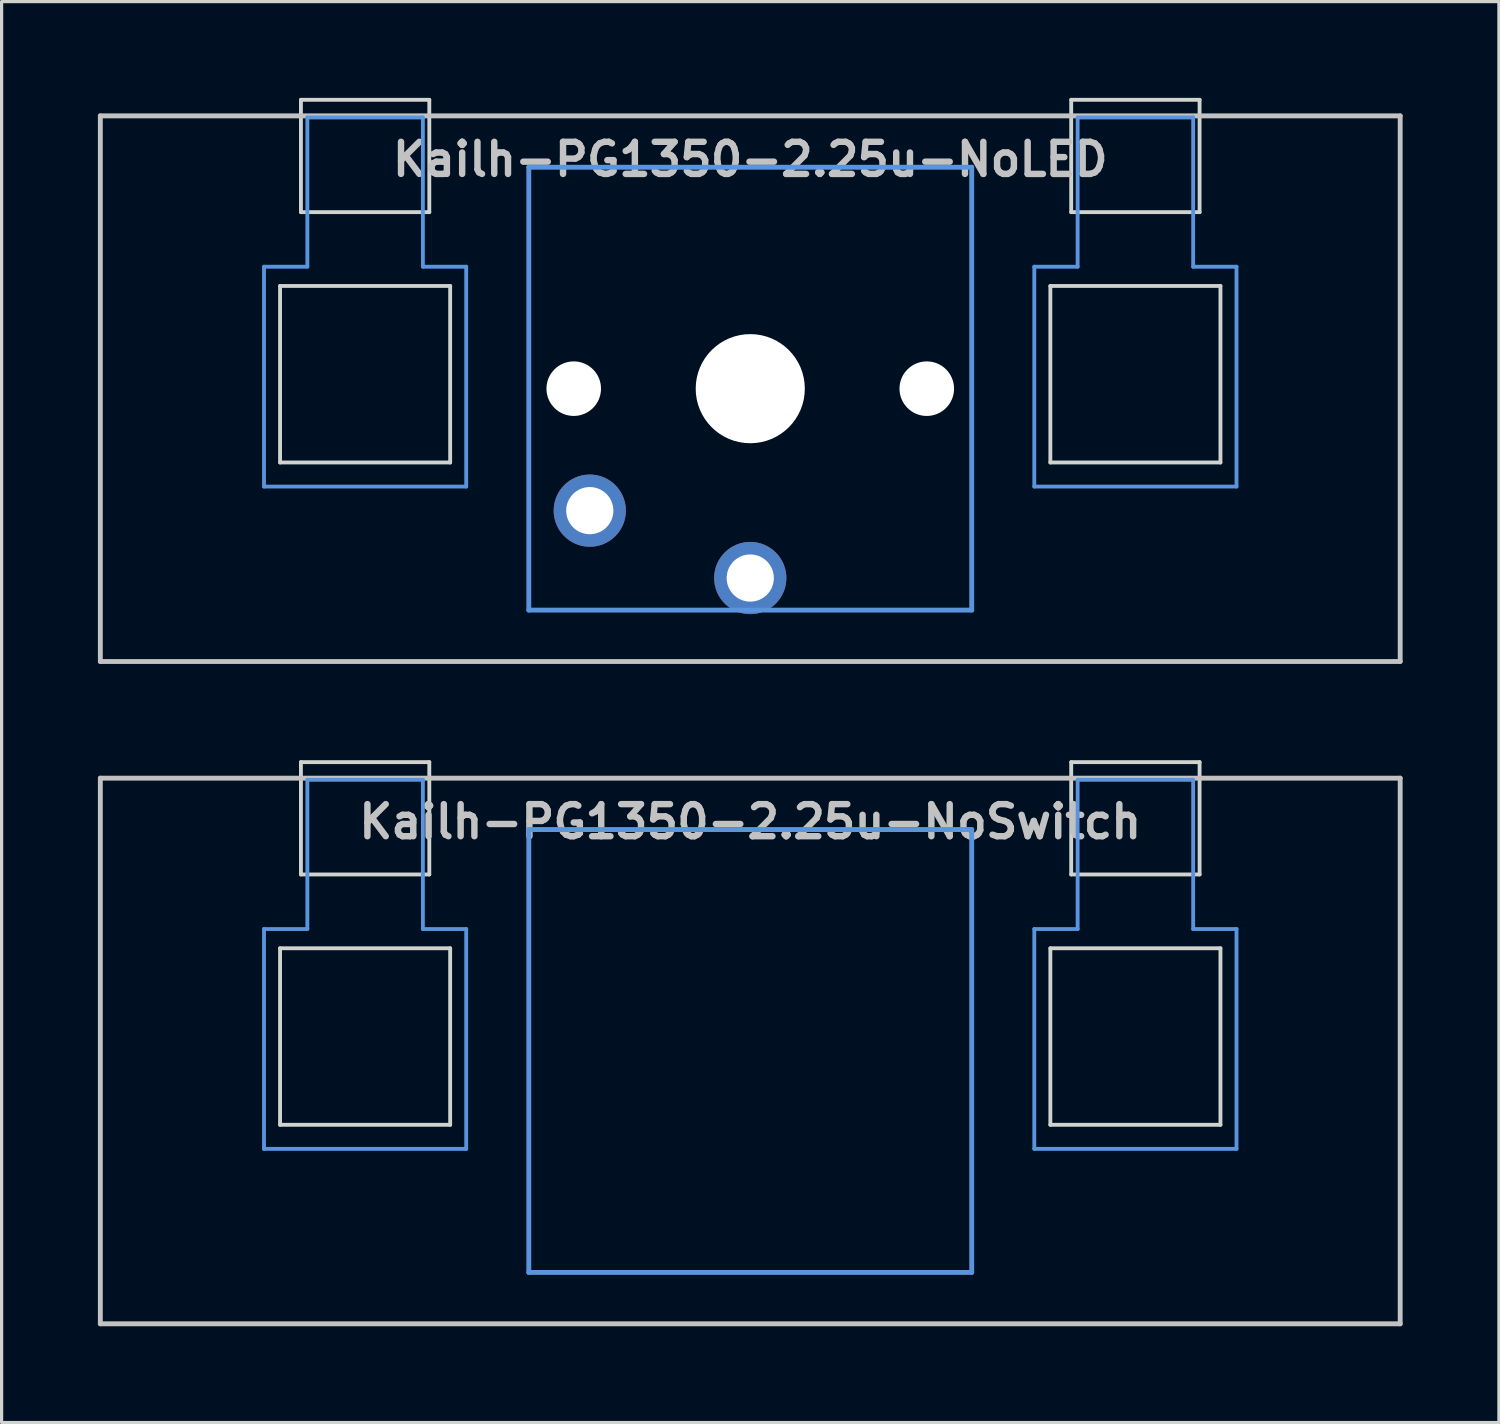
<source format=kicad_pcb>
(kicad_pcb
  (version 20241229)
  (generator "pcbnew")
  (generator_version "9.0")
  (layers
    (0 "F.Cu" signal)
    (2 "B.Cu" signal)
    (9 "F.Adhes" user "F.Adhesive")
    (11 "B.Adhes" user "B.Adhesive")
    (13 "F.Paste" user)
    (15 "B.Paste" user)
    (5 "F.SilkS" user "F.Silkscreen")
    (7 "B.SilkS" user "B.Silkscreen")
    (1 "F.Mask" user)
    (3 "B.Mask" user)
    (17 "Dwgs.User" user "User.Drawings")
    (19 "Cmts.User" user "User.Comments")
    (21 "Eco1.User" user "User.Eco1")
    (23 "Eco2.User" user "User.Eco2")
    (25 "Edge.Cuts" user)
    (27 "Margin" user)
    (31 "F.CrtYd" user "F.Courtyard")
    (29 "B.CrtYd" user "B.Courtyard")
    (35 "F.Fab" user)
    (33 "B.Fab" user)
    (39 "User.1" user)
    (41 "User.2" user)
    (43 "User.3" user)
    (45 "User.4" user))
  (footprint "Kailh-PG1350-2.25u-NoLED"
    (layer "F.Cu")
    (at 20.326 9.06)
    (property "Reference" "Kailh-PG1350-2.25u-NoLED" (at 0 -7.144 180) (layer "Dwgs.User") (effects (font (size 1 1) (thickness 0.2))))
    (attr through_hole)
    (fp_line (start -20.25 -8.5) (end 20.25 -8.5) (stroke (width 0.152) (type solid)) (layer "Dwgs.User"))
    (fp_line (start -20.25 8.5) (end -20.25 -8.5) (stroke (width 0.152) (type solid)) (layer "Dwgs.User"))
    (fp_line (start 20.25 -8.5) (end 20.25 8.5) (stroke (width 0.152) (type solid)) (layer "Dwgs.User"))
    (fp_line (start 20.25 8.5) (end -20.25 8.5) (stroke (width 0.152) (type solid)) (layer "Dwgs.User"))
    (fp_line (start -15.15 -3.8) (end -13.8 -3.8) (stroke (width 0.12) (type solid)) (layer "Cmts.User"))
    (fp_line (start -15.15 3.05) (end -15.15 -3.8) (stroke (width 0.12) (type solid)) (layer "Cmts.User"))
    (fp_line (start -15.15 3.05) (end -8.85 3.05) (stroke (width 0.12) (type solid)) (layer "Cmts.User"))
    (fp_line (start -13.8 -8.45) (end -13.8 -3.8) (stroke (width 0.12) (type solid)) (layer "Cmts.User"))
    (fp_line (start -13.8 -8.45) (end -10.2 -8.45) (stroke (width 0.12) (type solid)) (layer "Cmts.User"))
    (fp_line (start -10.2 -8.45) (end -10.2 -3.8) (stroke (width 0.12) (type solid)) (layer "Cmts.User"))
    (fp_line (start -10.2 -3.8) (end -8.85 -3.8) (stroke (width 0.12) (type solid)) (layer "Cmts.User"))
    (fp_line (start -8.85 3.05) (end -8.85 -3.8) (stroke (width 0.12) (type solid)) (layer "Cmts.User"))
    (fp_line (start -6.9 -6.9) (end 6.9 -6.9) (stroke (width 0.152) (type solid)) (layer "Cmts.User"))
    (fp_line (start -6.9 6.9) (end -6.9 -6.9) (stroke (width 0.152) (type solid)) (layer "Cmts.User"))
    (fp_line (start 6.9 -6.9) (end 6.9 6.9) (stroke (width 0.152) (type solid)) (layer "Cmts.User"))
    (fp_line (start 6.9 6.9) (end -6.9 6.9) (stroke (width 0.152) (type solid)) (layer "Cmts.User"))
    (fp_line (start 8.85 -3.8) (end 10.2 -3.8) (stroke (width 0.12) (type solid)) (layer "Cmts.User"))
    (fp_line (start 8.85 3.05) (end 8.85 -3.8) (stroke (width 0.12) (type solid)) (layer "Cmts.User"))
    (fp_line (start 8.85 3.05) (end 15.15 3.05) (stroke (width 0.12) (type solid)) (layer "Cmts.User"))
    (fp_line (start 10.2 -8.45) (end 10.2 -3.8) (stroke (width 0.12) (type solid)) (layer "Cmts.User"))
    (fp_line (start 10.2 -8.45) (end 13.8 -8.45) (stroke (width 0.12) (type solid)) (layer "Cmts.User"))
    (fp_line (start 13.8 -8.45) (end 13.8 -3.8) (stroke (width 0.12) (type solid)) (layer "Cmts.User"))
    (fp_line (start 13.8 -3.8) (end 15.15 -3.8) (stroke (width 0.12) (type solid)) (layer "Cmts.User"))
    (fp_line (start 15.15 3.05) (end 15.15 -3.8) (stroke (width 0.12) (type solid)) (layer "Cmts.User"))
    (fp_line (start -7.5 -7.5) (end 7.5 -7.5) (stroke (width 0.152) (type solid)) (layer "Eco2.User"))
    (fp_line (start -7.5 7.5) (end -7.5 -7.5) (stroke (width 0.152) (type solid)) (layer "Eco2.User"))
    (fp_line (start 7.5 -7.5) (end 7.5 7.5) (stroke (width 0.152) (type solid)) (layer "Eco2.User"))
    (fp_line (start 7.5 7.5) (end -7.5 7.5) (stroke (width 0.152) (type solid)) (layer "Eco2.User"))
    (fp_line (start -14.65 -3.2) (end -14.65 2.3) (stroke (width 0.12) (type solid)) (layer "Edge.Cuts"))
    (fp_line (start -14.65 -3.2) (end -9.35 -3.2) (stroke (width 0.12) (type solid)) (layer "Edge.Cuts"))
    (fp_line (start -14.65 2.3) (end -9.35 2.3) (stroke (width 0.12) (type solid)) (layer "Edge.Cuts"))
    (fp_line (start -14 -9) (end -14 -5.5) (stroke (width 0.12) (type solid)) (layer "Edge.Cuts"))
    (fp_line (start -14 -9) (end -10 -9) (stroke (width 0.12) (type solid)) (layer "Edge.Cuts"))
    (fp_line (start -14 -5.5) (end -10 -5.5) (stroke (width 0.12) (type solid)) (layer "Edge.Cuts"))
    (fp_line (start -10 -5.5) (end -10 -9) (stroke (width 0.12) (type solid)) (layer "Edge.Cuts"))
    (fp_line (start -9.35 2.3) (end -9.35 -3.2) (stroke (width 0.12) (type solid)) (layer "Edge.Cuts"))
    (fp_line (start 9.35 -3.2) (end 9.35 2.3) (stroke (width 0.12) (type solid)) (layer "Edge.Cuts"))
    (fp_line (start 9.35 -3.2) (end 14.65 -3.2) (stroke (width 0.12) (type solid)) (layer "Edge.Cuts"))
    (fp_line (start 9.35 2.3) (end 14.65 2.3) (stroke (width 0.12) (type solid)) (layer "Edge.Cuts"))
    (fp_line (start 10 -9) (end 10 -5.5) (stroke (width 0.12) (type solid)) (layer "Edge.Cuts"))
    (fp_line (start 10 -9) (end 14 -9) (stroke (width 0.12) (type solid)) (layer "Edge.Cuts"))
    (fp_line (start 10 -5.5) (end 14 -5.5) (stroke (width 0.12) (type solid)) (layer "Edge.Cuts"))
    (fp_line (start 14 -5.5) (end 14 -9) (stroke (width 0.12) (type solid)) (layer "Edge.Cuts"))
    (fp_line (start 14.65 2.3) (end 14.65 -3.2) (stroke (width 0.12) (type solid)) (layer "Edge.Cuts"))
    (pad "" np_thru_hole circle (at -5.5 0 180) (size 1.7 1.7) (drill 1.7) (layers "*.Cu" "*.Mask"))
    (pad "" np_thru_hole circle (at 0 0 180) (size 3.4 3.4) (drill 3.4) (layers "*.Cu" "*.Mask"))
    (pad "" np_thru_hole circle (at 5.5 0 180) (size 1.7 1.7) (drill 1.7) (layers "*.Cu" "*.Mask"))
    (pad "1" thru_hole circle (at 0 5.9 180) (size 2.25 2.25) (drill 1.47) (layers "*.Cu" "*.Mask"))
    (pad "2" thru_hole circle (at -5 3.8 41.9) (size 2.25 2.25) (drill 1.47) (layers "*.Cu" "*.Mask")))
  (footprint "Kailh-PG1350-2.25u-NoSwitch"
    (layer "F.Cu")
    (at 20.326 29.696)
    (property "Reference" "Kailh-PG1350-2.25u-NoSwitch" (at 0 -7.144 180) (layer "Dwgs.User") (effects (font (size 1 1) (thickness 0.2))))
    (attr through_hole)
    (fp_line (start -20.25 -8.5) (end 20.25 -8.5) (stroke (width 0.152) (type solid)) (layer "Dwgs.User"))
    (fp_line (start -20.25 8.5) (end -20.25 -8.5) (stroke (width 0.152) (type solid)) (layer "Dwgs.User"))
    (fp_line (start 20.25 -8.5) (end 20.25 8.5) (stroke (width 0.152) (type solid)) (layer "Dwgs.User"))
    (fp_line (start 20.25 8.5) (end -20.25 8.5) (stroke (width 0.152) (type solid)) (layer "Dwgs.User"))
    (fp_line (start -15.15 -3.8) (end -13.8 -3.8) (stroke (width 0.12) (type solid)) (layer "Cmts.User"))
    (fp_line (start -15.15 3.05) (end -15.15 -3.8) (stroke (width 0.12) (type solid)) (layer "Cmts.User"))
    (fp_line (start -15.15 3.05) (end -8.85 3.05) (stroke (width 0.12) (type solid)) (layer "Cmts.User"))
    (fp_line (start -13.8 -8.45) (end -13.8 -3.8) (stroke (width 0.12) (type solid)) (layer "Cmts.User"))
    (fp_line (start -13.8 -8.45) (end -10.2 -8.45) (stroke (width 0.12) (type solid)) (layer "Cmts.User"))
    (fp_line (start -10.2 -8.45) (end -10.2 -3.8) (stroke (width 0.12) (type solid)) (layer "Cmts.User"))
    (fp_line (start -10.2 -3.8) (end -8.85 -3.8) (stroke (width 0.12) (type solid)) (layer "Cmts.User"))
    (fp_line (start -8.85 3.05) (end -8.85 -3.8) (stroke (width 0.12) (type solid)) (layer "Cmts.User"))
    (fp_line (start -6.9 -6.9) (end 6.9 -6.9) (stroke (width 0.152) (type solid)) (layer "Cmts.User"))
    (fp_line (start -6.9 6.9) (end -6.9 -6.9) (stroke (width 0.152) (type solid)) (layer "Cmts.User"))
    (fp_line (start 6.9 -6.9) (end 6.9 6.9) (stroke (width 0.152) (type solid)) (layer "Cmts.User"))
    (fp_line (start 6.9 6.9) (end -6.9 6.9) (stroke (width 0.152) (type solid)) (layer "Cmts.User"))
    (fp_line (start 8.85 -3.8) (end 10.2 -3.8) (stroke (width 0.12) (type solid)) (layer "Cmts.User"))
    (fp_line (start 8.85 3.05) (end 8.85 -3.8) (stroke (width 0.12) (type solid)) (layer "Cmts.User"))
    (fp_line (start 8.85 3.05) (end 15.15 3.05) (stroke (width 0.12) (type solid)) (layer "Cmts.User"))
    (fp_line (start 10.2 -8.45) (end 10.2 -3.8) (stroke (width 0.12) (type solid)) (layer "Cmts.User"))
    (fp_line (start 10.2 -8.45) (end 13.8 -8.45) (stroke (width 0.12) (type solid)) (layer "Cmts.User"))
    (fp_line (start 13.8 -8.45) (end 13.8 -3.8) (stroke (width 0.12) (type solid)) (layer "Cmts.User"))
    (fp_line (start 13.8 -3.8) (end 15.15 -3.8) (stroke (width 0.12) (type solid)) (layer "Cmts.User"))
    (fp_line (start 15.15 3.05) (end 15.15 -3.8) (stroke (width 0.12) (type solid)) (layer "Cmts.User"))
    (fp_line (start -7.5 -7.5) (end 7.5 -7.5) (stroke (width 0.152) (type solid)) (layer "Eco2.User"))
    (fp_line (start -7.5 7.5) (end -7.5 -7.5) (stroke (width 0.152) (type solid)) (layer "Eco2.User"))
    (fp_line (start 7.5 -7.5) (end 7.5 7.5) (stroke (width 0.152) (type solid)) (layer "Eco2.User"))
    (fp_line (start 7.5 7.5) (end -7.5 7.5) (stroke (width 0.152) (type solid)) (layer "Eco2.User"))
    (fp_line (start -14.65 -3.2) (end -14.65 2.3) (stroke (width 0.12) (type solid)) (layer "Edge.Cuts"))
    (fp_line (start -14.65 -3.2) (end -9.35 -3.2) (stroke (width 0.12) (type solid)) (layer "Edge.Cuts"))
    (fp_line (start -14.65 2.3) (end -9.35 2.3) (stroke (width 0.12) (type solid)) (layer "Edge.Cuts"))
    (fp_line (start -14 -9) (end -14 -5.5) (stroke (width 0.12) (type solid)) (layer "Edge.Cuts"))
    (fp_line (start -14 -9) (end -10 -9) (stroke (width 0.12) (type solid)) (layer "Edge.Cuts"))
    (fp_line (start -14 -5.5) (end -10 -5.5) (stroke (width 0.12) (type solid)) (layer "Edge.Cuts"))
    (fp_line (start -10 -5.5) (end -10 -9) (stroke (width 0.12) (type solid)) (layer "Edge.Cuts"))
    (fp_line (start -9.35 2.3) (end -9.35 -3.2) (stroke (width 0.12) (type solid)) (layer "Edge.Cuts"))
    (fp_line (start 9.35 -3.2) (end 9.35 2.3) (stroke (width 0.12) (type solid)) (layer "Edge.Cuts"))
    (fp_line (start 9.35 -3.2) (end 14.65 -3.2) (stroke (width 0.12) (type solid)) (layer "Edge.Cuts"))
    (fp_line (start 9.35 2.3) (end 14.65 2.3) (stroke (width 0.12) (type solid)) (layer "Edge.Cuts"))
    (fp_line (start 10 -9) (end 10 -5.5) (stroke (width 0.12) (type solid)) (layer "Edge.Cuts"))
    (fp_line (start 10 -9) (end 14 -9) (stroke (width 0.12) (type solid)) (layer "Edge.Cuts"))
    (fp_line (start 10 -5.5) (end 14 -5.5) (stroke (width 0.12) (type solid)) (layer "Edge.Cuts"))
    (fp_line (start 14 -5.5) (end 14 -9) (stroke (width 0.12) (type solid)) (layer "Edge.Cuts"))
    (fp_line (start 14.65 2.3) (end 14.65 -3.2) (stroke (width 0.12) (type solid)) (layer "Edge.Cuts")))
  (gr_rect
    (start -3 -3)
    (end 43.652 41.272)
    (stroke (width 0.1) (type default))
    (fill no)
    (layer "Edge.Cuts")))
</source>
